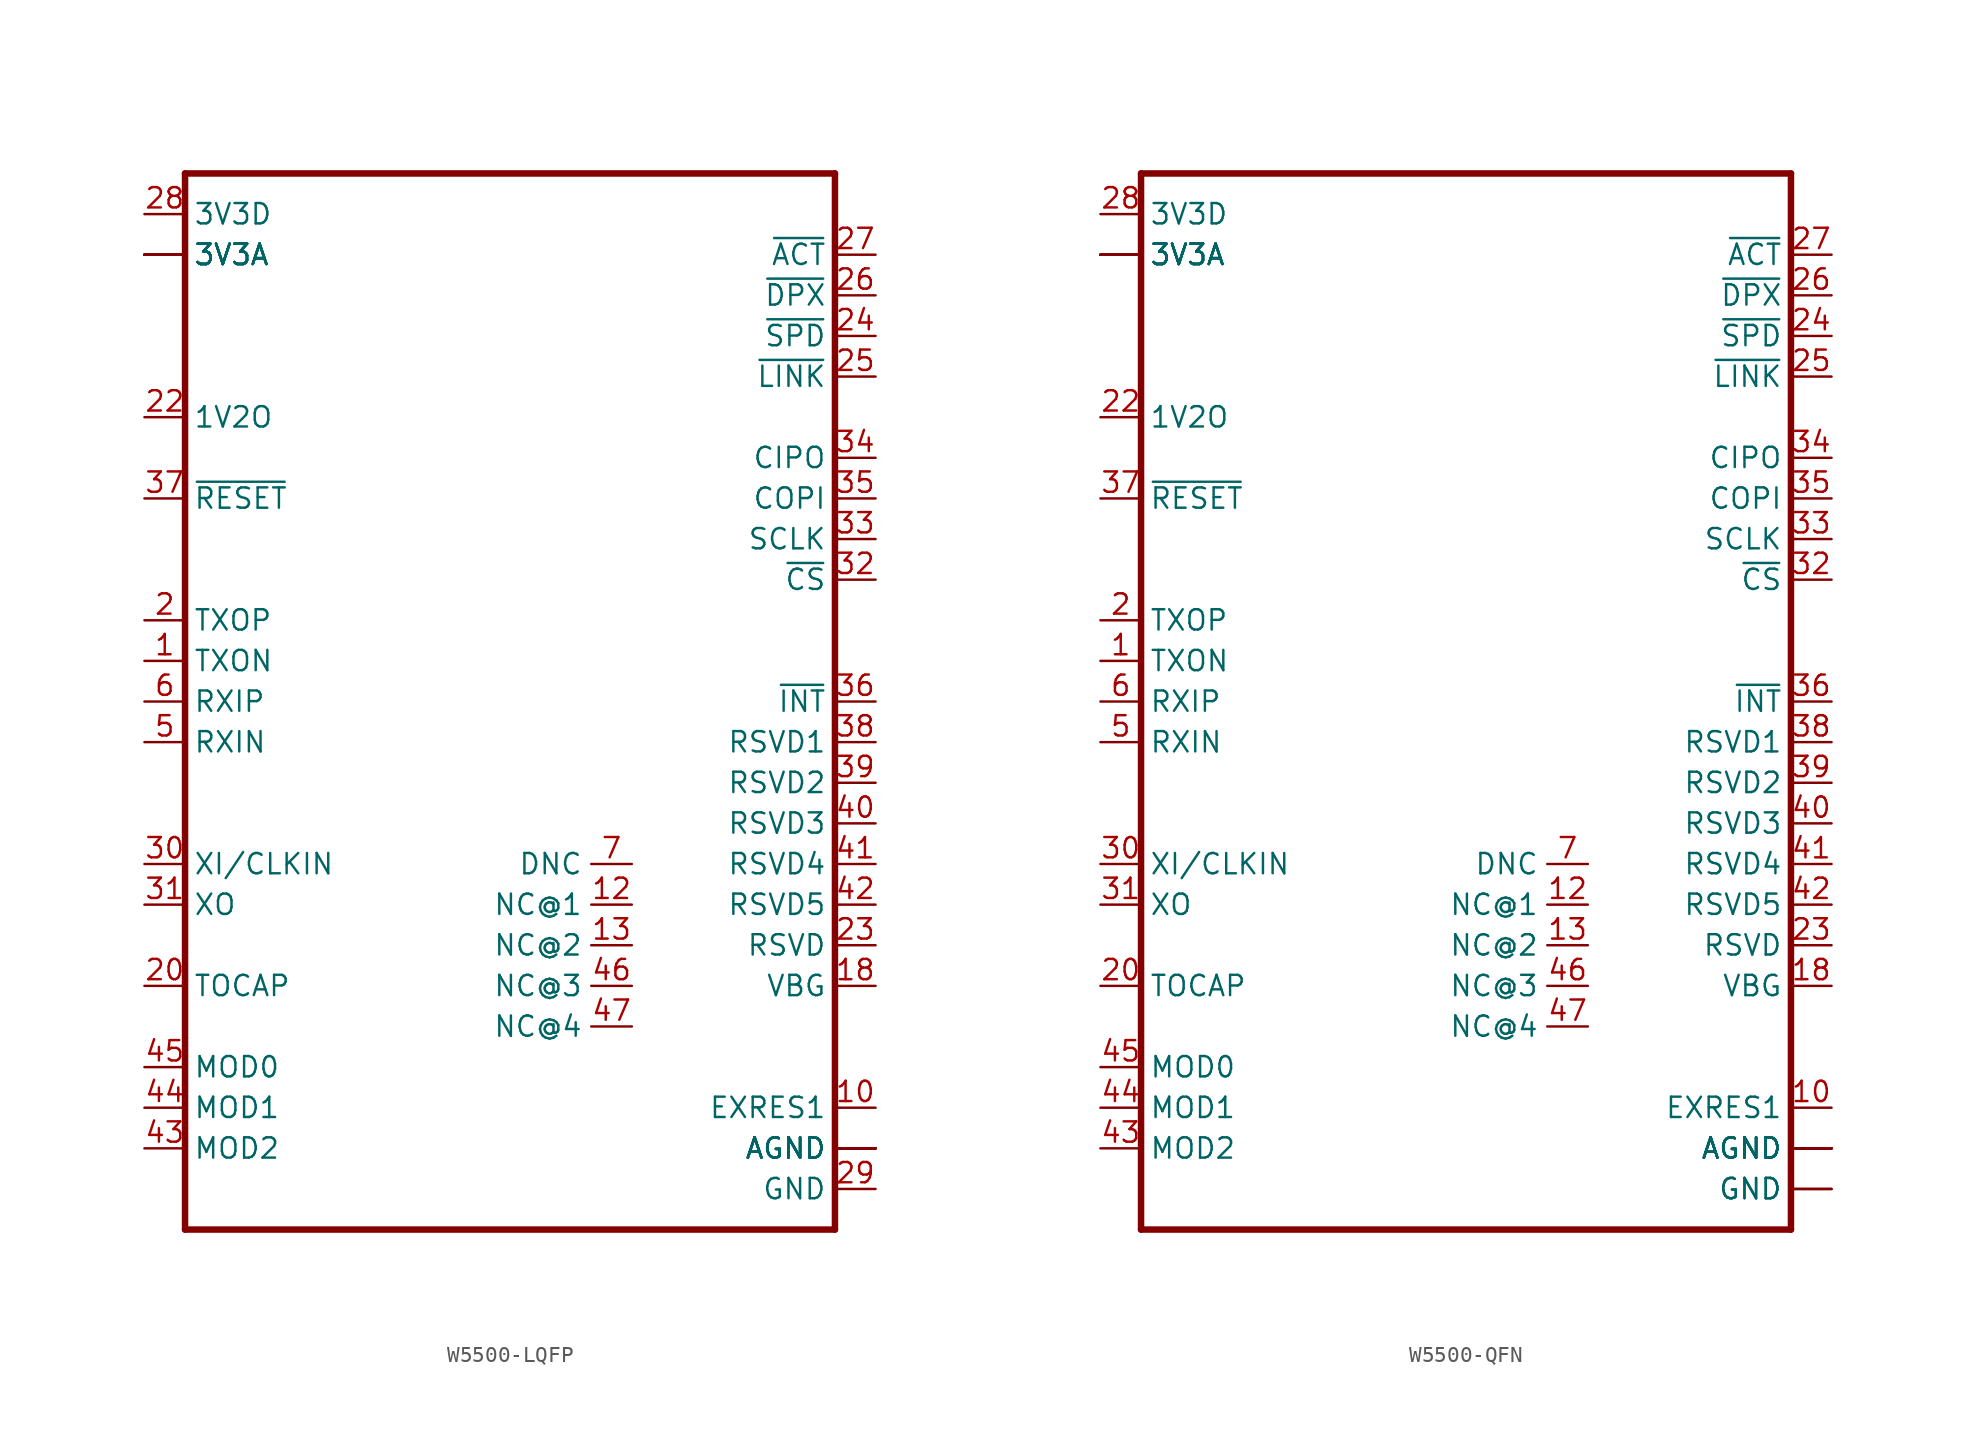
<source format=kicad_sym>
(kicad_symbol_lib
  (version 20220914)
  (generator kicad_symbol_editor)
  (symbol "W5500-LQFP"
    (property "Reference" "IC"
      (at 0 2.54 0)
      (effects (font (size 1.778 1.511)) (justify bottom) hide))
    (property "ki_locked" ""
      (at 0 0 0)
      (effects (font (size 1.27 1.27))))
    (symbol "W5500-LQFP_1_0"
      (polyline (pts (xy -20.32 -35.56) (xy 20.32 -35.56)) (stroke (width 0.406) (type solid)) (fill (type none)))
      (polyline (pts (xy -20.32 30.48) (xy -20.32 -35.56)) (stroke (width 0.406) (type solid)) (fill (type none)))
      (polyline (pts (xy 20.32 -35.56) (xy 20.32 30.48)) (stroke (width 0.406) (type solid)) (fill (type none)))
      (polyline (pts (xy 20.32 30.48) (xy -20.32 30.48)) (stroke (width 0.406) (type solid)) (fill (type none)))
      (pin passive line (at -22.86 0 0) (length 2.54) (name "TXON" (effects (font (size 1.27 1.27)))) (number "1" (effects (font (size 1.27 1.27)))))
      (pin passive line (at 22.86 -27.94 180) (length 2.54) (name "EXRES1" (effects (font (size 1.27 1.27)))) (number "10" (effects (font (size 1.27 1.27)))))
      (pin passive line (at -22.86 25.4 0) (length 2.54) (name "3V3A" (effects (font (size 1.27 1.27)))) (number "11" (effects (font (size 0 0)))))
      (pin passive line (at 7.62 -15.24 180) (length 2.54) (name "NC@1" (effects (font (size 1.27 1.27)))) (number "12" (effects (font (size 1.27 1.27)))))
      (pin passive line (at 7.62 -17.78 180) (length 2.54) (name "NC@2" (effects (font (size 1.27 1.27)))) (number "13" (effects (font (size 1.27 1.27)))))
      (pin passive line (at 22.86 -30.48 180) (length 2.54) (name "AGND" (effects (font (size 1.27 1.27)))) (number "14" (effects (font (size 0 0)))))
      (pin passive line (at -22.86 25.4 0) (length 2.54) (name "3V3A" (effects (font (size 1.27 1.27)))) (number "15" (effects (font (size 0 0)))))
      (pin passive line (at 22.86 -30.48 180) (length 2.54) (name "AGND" (effects (font (size 1.27 1.27)))) (number "16" (effects (font (size 0 0)))))
      (pin passive line (at -22.86 25.4 0) (length 2.54) (name "3V3A" (effects (font (size 1.27 1.27)))) (number "17" (effects (font (size 0 0)))))
      (pin passive line (at 22.86 -20.32 180) (length 2.54) (name "VBG" (effects (font (size 1.27 1.27)))) (number "18" (effects (font (size 1.27 1.27)))))
      (pin passive line (at 22.86 -30.48 180) (length 2.54) (name "AGND" (effects (font (size 1.27 1.27)))) (number "19" (effects (font (size 0 0)))))
      (pin passive line (at -22.86 2.54 0) (length 2.54) (name "TXOP" (effects (font (size 1.27 1.27)))) (number "2" (effects (font (size 1.27 1.27)))))
      (pin passive line (at -22.86 -20.32 0) (length 2.54) (name "TOCAP" (effects (font (size 1.27 1.27)))) (number "20" (effects (font (size 1.27 1.27)))))
      (pin passive line (at -22.86 25.4 0) (length 2.54) (name "3V3A" (effects (font (size 1.27 1.27)))) (number "21" (effects (font (size 0 0)))))
      (pin passive line (at -22.86 15.24 0) (length 2.54) (name "1V2O" (effects (font (size 1.27 1.27)))) (number "22" (effects (font (size 1.27 1.27)))))
      (pin passive line (at 22.86 -17.78 180) (length 2.54) (name "RSVD" (effects (font (size 1.27 1.27)))) (number "23" (effects (font (size 1.27 1.27)))))
      (pin passive line (at 22.86 20.32 180) (length 2.54) (name "~{SPD}" (effects (font (size 1.27 1.27)))) (number "24" (effects (font (size 1.27 1.27)))))
      (pin passive line (at 22.86 17.78 180) (length 2.54) (name "~{LINK}" (effects (font (size 1.27 1.27)))) (number "25" (effects (font (size 1.27 1.27)))))
      (pin passive line (at 22.86 22.86 180) (length 2.54) (name "~{DPX}" (effects (font (size 1.27 1.27)))) (number "26" (effects (font (size 1.27 1.27)))))
      (pin passive line (at 22.86 25.4 180) (length 2.54) (name "~{ACT}" (effects (font (size 1.27 1.27)))) (number "27" (effects (font (size 1.27 1.27)))))
      (pin passive line (at -22.86 27.94 0) (length 2.54) (name "3V3D" (effects (font (size 1.27 1.27)))) (number "28" (effects (font (size 1.27 1.27)))))
      (pin passive line (at 22.86 -33.02 180) (length 2.54) (name "GND" (effects (font (size 1.27 1.27)))) (number "29" (effects (font (size 1.27 1.27)))))
      (pin passive line (at 22.86 -30.48 180) (length 2.54) (name "AGND" (effects (font (size 1.27 1.27)))) (number "3" (effects (font (size 0 0)))))
      (pin passive line (at -22.86 -12.7 0) (length 2.54) (name "XI/CLKIN" (effects (font (size 1.27 1.27)))) (number "30" (effects (font (size 1.27 1.27)))))
      (pin passive line (at -22.86 -15.24 0) (length 2.54) (name "XO" (effects (font (size 1.27 1.27)))) (number "31" (effects (font (size 1.27 1.27)))))
      (pin passive line (at 22.86 5.08 180) (length 2.54) (name "~{CS}" (effects (font (size 1.27 1.27)))) (number "32" (effects (font (size 1.27 1.27)))))
      (pin passive line (at 22.86 7.62 180) (length 2.54) (name "SCLK" (effects (font (size 1.27 1.27)))) (number "33" (effects (font (size 1.27 1.27)))))
      (pin passive line (at 22.86 12.7 180) (length 2.54) (name "CIPO" (effects (font (size 1.27 1.27)))) (number "34" (effects (font (size 1.27 1.27)))))
      (pin passive line (at 22.86 10.16 180) (length 2.54) (name "COPI" (effects (font (size 1.27 1.27)))) (number "35" (effects (font (size 1.27 1.27)))))
      (pin passive line (at 22.86 -2.54 180) (length 2.54) (name "~{INT}" (effects (font (size 1.27 1.27)))) (number "36" (effects (font (size 1.27 1.27)))))
      (pin passive line (at -22.86 10.16 0) (length 2.54) (name "~{RESET}" (effects (font (size 1.27 1.27)))) (number "37" (effects (font (size 1.27 1.27)))))
      (pin passive line (at 22.86 -5.08 180) (length 2.54) (name "RSVD1" (effects (font (size 1.27 1.27)))) (number "38" (effects (font (size 1.27 1.27)))))
      (pin passive line (at 22.86 -7.62 180) (length 2.54) (name "RSVD2" (effects (font (size 1.27 1.27)))) (number "39" (effects (font (size 1.27 1.27)))))
      (pin passive line (at -22.86 25.4 0) (length 2.54) (name "3V3A" (effects (font (size 1.27 1.27)))) (number "4" (effects (font (size 0 0)))))
      (pin passive line (at 22.86 -10.16 180) (length 2.54) (name "RSVD3" (effects (font (size 1.27 1.27)))) (number "40" (effects (font (size 1.27 1.27)))))
      (pin passive line (at 22.86 -12.7 180) (length 2.54) (name "RSVD4" (effects (font (size 1.27 1.27)))) (number "41" (effects (font (size 1.27 1.27)))))
      (pin passive line (at 22.86 -15.24 180) (length 2.54) (name "RSVD5" (effects (font (size 1.27 1.27)))) (number "42" (effects (font (size 1.27 1.27)))))
      (pin passive line (at -22.86 -30.48 0) (length 2.54) (name "MOD2" (effects (font (size 1.27 1.27)))) (number "43" (effects (font (size 1.27 1.27)))))
      (pin passive line (at -22.86 -27.94 0) (length 2.54) (name "MOD1" (effects (font (size 1.27 1.27)))) (number "44" (effects (font (size 1.27 1.27)))))
      (pin passive line (at -22.86 -25.4 0) (length 2.54) (name "MOD0" (effects (font (size 1.27 1.27)))) (number "45" (effects (font (size 1.27 1.27)))))
      (pin passive line (at 7.62 -20.32 180) (length 2.54) (name "NC@3" (effects (font (size 1.27 1.27)))) (number "46" (effects (font (size 1.27 1.27)))))
      (pin passive line (at 7.62 -22.86 180) (length 2.54) (name "NC@4" (effects (font (size 1.27 1.27)))) (number "47" (effects (font (size 1.27 1.27)))))
      (pin passive line (at 22.86 -30.48 180) (length 2.54) (name "AGND" (effects (font (size 1.27 1.27)))) (number "48" (effects (font (size 0 0)))))
      (pin passive line (at -22.86 -5.08 0) (length 2.54) (name "RXIN" (effects (font (size 1.27 1.27)))) (number "5" (effects (font (size 1.27 1.27)))))
      (pin passive line (at -22.86 -2.54 0) (length 2.54) (name "RXIP" (effects (font (size 1.27 1.27)))) (number "6" (effects (font (size 1.27 1.27)))))
      (pin passive line (at 7.62 -12.7 180) (length 2.54) (name "DNC" (effects (font (size 1.27 1.27)))) (number "7" (effects (font (size 1.27 1.27)))))
      (pin passive line (at -22.86 25.4 0) (length 2.54) (name "3V3A" (effects (font (size 1.27 1.27)))) (number "8" (effects (font (size 0 0)))))
      (pin passive line (at 22.86 -30.48 180) (length 2.54) (name "AGND" (effects (font (size 1.27 1.27)))) (number "9" (effects (font (size 0 0)))))))
  (symbol "W5500-QFN"
    (property "Reference" "IC"
      (at 0 2.54 0)
      (effects (font (size 1.778 1.511)) (justify bottom) hide))
    (property "ki_locked" ""
      (at 0 0 0)
      (effects (font (size 1.27 1.27))))
    (symbol "W5500-QFN_1_0"
      (polyline (pts (xy -20.32 -35.56) (xy 20.32 -35.56)) (stroke (width 0.406) (type solid)) (fill (type none)))
      (polyline (pts (xy -20.32 30.48) (xy -20.32 -35.56)) (stroke (width 0.406) (type solid)) (fill (type none)))
      (polyline (pts (xy 20.32 -35.56) (xy 20.32 30.48)) (stroke (width 0.406) (type solid)) (fill (type none)))
      (polyline (pts (xy 20.32 30.48) (xy -20.32 30.48)) (stroke (width 0.406) (type solid)) (fill (type none)))
      (pin passive line (at -22.86 0 0) (length 2.54) (name "TXON" (effects (font (size 1.27 1.27)))) (number "1" (effects (font (size 1.27 1.27)))))
      (pin passive line (at 22.86 -27.94 180) (length 2.54) (name "EXRES1" (effects (font (size 1.27 1.27)))) (number "10" (effects (font (size 1.27 1.27)))))
      (pin passive line (at -22.86 25.4 0) (length 2.54) (name "3V3A" (effects (font (size 1.27 1.27)))) (number "11" (effects (font (size 0 0)))))
      (pin passive line (at 7.62 -15.24 180) (length 2.54) (name "NC@1" (effects (font (size 1.27 1.27)))) (number "12" (effects (font (size 1.27 1.27)))))
      (pin passive line (at 7.62 -17.78 180) (length 2.54) (name "NC@2" (effects (font (size 1.27 1.27)))) (number "13" (effects (font (size 1.27 1.27)))))
      (pin passive line (at 22.86 -30.48 180) (length 2.54) (name "AGND" (effects (font (size 1.27 1.27)))) (number "14" (effects (font (size 0 0)))))
      (pin passive line (at -22.86 25.4 0) (length 2.54) (name "3V3A" (effects (font (size 1.27 1.27)))) (number "15" (effects (font (size 0 0)))))
      (pin passive line (at 22.86 -30.48 180) (length 2.54) (name "AGND" (effects (font (size 1.27 1.27)))) (number "16" (effects (font (size 0 0)))))
      (pin passive line (at -22.86 25.4 0) (length 2.54) (name "3V3A" (effects (font (size 1.27 1.27)))) (number "17" (effects (font (size 0 0)))))
      (pin passive line (at 22.86 -20.32 180) (length 2.54) (name "VBG" (effects (font (size 1.27 1.27)))) (number "18" (effects (font (size 1.27 1.27)))))
      (pin passive line (at 22.86 -30.48 180) (length 2.54) (name "AGND" (effects (font (size 1.27 1.27)))) (number "19" (effects (font (size 0 0)))))
      (pin passive line (at -22.86 2.54 0) (length 2.54) (name "TXOP" (effects (font (size 1.27 1.27)))) (number "2" (effects (font (size 1.27 1.27)))))
      (pin passive line (at -22.86 -20.32 0) (length 2.54) (name "TOCAP" (effects (font (size 1.27 1.27)))) (number "20" (effects (font (size 1.27 1.27)))))
      (pin passive line (at -22.86 25.4 0) (length 2.54) (name "3V3A" (effects (font (size 1.27 1.27)))) (number "21" (effects (font (size 0 0)))))
      (pin passive line (at -22.86 15.24 0) (length 2.54) (name "1V2O" (effects (font (size 1.27 1.27)))) (number "22" (effects (font (size 1.27 1.27)))))
      (pin passive line (at 22.86 -17.78 180) (length 2.54) (name "RSVD" (effects (font (size 1.27 1.27)))) (number "23" (effects (font (size 1.27 1.27)))))
      (pin passive line (at 22.86 20.32 180) (length 2.54) (name "~{SPD}" (effects (font (size 1.27 1.27)))) (number "24" (effects (font (size 1.27 1.27)))))
      (pin passive line (at 22.86 17.78 180) (length 2.54) (name "~{LINK}" (effects (font (size 1.27 1.27)))) (number "25" (effects (font (size 1.27 1.27)))))
      (pin passive line (at 22.86 22.86 180) (length 2.54) (name "~{DPX}" (effects (font (size 1.27 1.27)))) (number "26" (effects (font (size 1.27 1.27)))))
      (pin passive line (at 22.86 25.4 180) (length 2.54) (name "~{ACT}" (effects (font (size 1.27 1.27)))) (number "27" (effects (font (size 1.27 1.27)))))
      (pin passive line (at -22.86 27.94 0) (length 2.54) (name "3V3D" (effects (font (size 1.27 1.27)))) (number "28" (effects (font (size 1.27 1.27)))))
      (pin passive line (at 22.86 -33.02 180) (length 2.54) (name "GND" (effects (font (size 1.27 1.27)))) (number "29" (effects (font (size 0 0)))))
      (pin passive line (at 22.86 -30.48 180) (length 2.54) (name "AGND" (effects (font (size 1.27 1.27)))) (number "3" (effects (font (size 0 0)))))
      (pin passive line (at -22.86 -12.7 0) (length 2.54) (name "XI/CLKIN" (effects (font (size 1.27 1.27)))) (number "30" (effects (font (size 1.27 1.27)))))
      (pin passive line (at -22.86 -15.24 0) (length 2.54) (name "XO" (effects (font (size 1.27 1.27)))) (number "31" (effects (font (size 1.27 1.27)))))
      (pin passive line (at 22.86 5.08 180) (length 2.54) (name "~{CS}" (effects (font (size 1.27 1.27)))) (number "32" (effects (font (size 1.27 1.27)))))
      (pin passive line (at 22.86 7.62 180) (length 2.54) (name "SCLK" (effects (font (size 1.27 1.27)))) (number "33" (effects (font (size 1.27 1.27)))))
      (pin passive line (at 22.86 12.7 180) (length 2.54) (name "CIPO" (effects (font (size 1.27 1.27)))) (number "34" (effects (font (size 1.27 1.27)))))
      (pin passive line (at 22.86 10.16 180) (length 2.54) (name "COPI" (effects (font (size 1.27 1.27)))) (number "35" (effects (font (size 1.27 1.27)))))
      (pin passive line (at 22.86 -2.54 180) (length 2.54) (name "~{INT}" (effects (font (size 1.27 1.27)))) (number "36" (effects (font (size 1.27 1.27)))))
      (pin passive line (at -22.86 10.16 0) (length 2.54) (name "~{RESET}" (effects (font (size 1.27 1.27)))) (number "37" (effects (font (size 1.27 1.27)))))
      (pin passive line (at 22.86 -5.08 180) (length 2.54) (name "RSVD1" (effects (font (size 1.27 1.27)))) (number "38" (effects (font (size 1.27 1.27)))))
      (pin passive line (at 22.86 -7.62 180) (length 2.54) (name "RSVD2" (effects (font (size 1.27 1.27)))) (number "39" (effects (font (size 1.27 1.27)))))
      (pin passive line (at -22.86 25.4 0) (length 2.54) (name "3V3A" (effects (font (size 1.27 1.27)))) (number "4" (effects (font (size 0 0)))))
      (pin passive line (at 22.86 -10.16 180) (length 2.54) (name "RSVD3" (effects (font (size 1.27 1.27)))) (number "40" (effects (font (size 1.27 1.27)))))
      (pin passive line (at 22.86 -12.7 180) (length 2.54) (name "RSVD4" (effects (font (size 1.27 1.27)))) (number "41" (effects (font (size 1.27 1.27)))))
      (pin passive line (at 22.86 -15.24 180) (length 2.54) (name "RSVD5" (effects (font (size 1.27 1.27)))) (number "42" (effects (font (size 1.27 1.27)))))
      (pin passive line (at -22.86 -30.48 0) (length 2.54) (name "MOD2" (effects (font (size 1.27 1.27)))) (number "43" (effects (font (size 1.27 1.27)))))
      (pin passive line (at -22.86 -27.94 0) (length 2.54) (name "MOD1" (effects (font (size 1.27 1.27)))) (number "44" (effects (font (size 1.27 1.27)))))
      (pin passive line (at -22.86 -25.4 0) (length 2.54) (name "MOD0" (effects (font (size 1.27 1.27)))) (number "45" (effects (font (size 1.27 1.27)))))
      (pin passive line (at 7.62 -20.32 180) (length 2.54) (name "NC@3" (effects (font (size 1.27 1.27)))) (number "46" (effects (font (size 1.27 1.27)))))
      (pin passive line (at 7.62 -22.86 180) (length 2.54) (name "NC@4" (effects (font (size 1.27 1.27)))) (number "47" (effects (font (size 1.27 1.27)))))
      (pin passive line (at 22.86 -30.48 180) (length 2.54) (name "AGND" (effects (font (size 1.27 1.27)))) (number "48" (effects (font (size 0 0)))))
      (pin passive line (at 22.86 -33.02 180) (length 2.54) (name "GND" (effects (font (size 1.27 1.27)))) (number "49" (effects (font (size 0 0)))))
      (pin passive line (at -22.86 -5.08 0) (length 2.54) (name "RXIN" (effects (font (size 1.27 1.27)))) (number "5" (effects (font (size 1.27 1.27)))))
      (pin passive line (at -22.86 -2.54 0) (length 2.54) (name "RXIP" (effects (font (size 1.27 1.27)))) (number "6" (effects (font (size 1.27 1.27)))))
      (pin passive line (at 7.62 -12.7 180) (length 2.54) (name "DNC" (effects (font (size 1.27 1.27)))) (number "7" (effects (font (size 1.27 1.27)))))
      (pin passive line (at -22.86 25.4 0) (length 2.54) (name "3V3A" (effects (font (size 1.27 1.27)))) (number "8" (effects (font (size 0 0)))))
      (pin passive line (at 22.86 -30.48 180) (length 2.54) (name "AGND" (effects (font (size 1.27 1.27)))) (number "9" (effects (font (size 0 0))))))))
</source>
